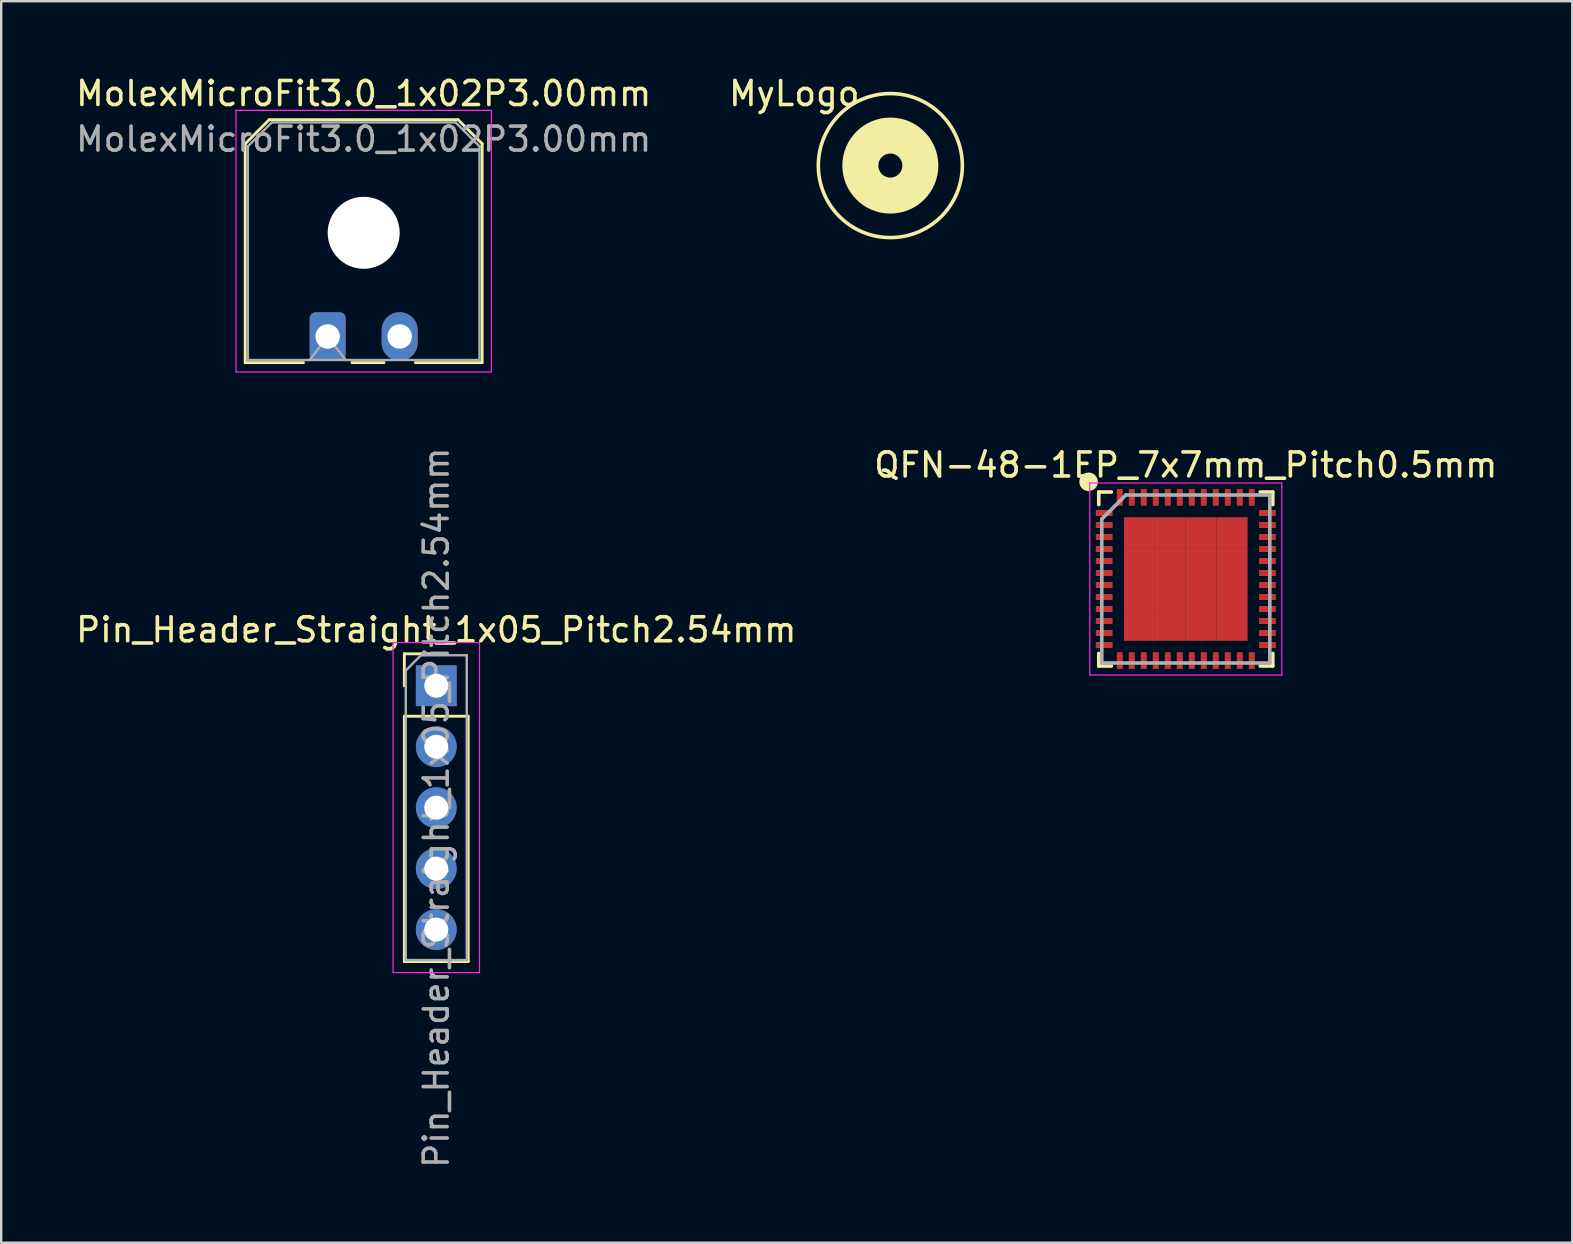
<source format=kicad_pcb>
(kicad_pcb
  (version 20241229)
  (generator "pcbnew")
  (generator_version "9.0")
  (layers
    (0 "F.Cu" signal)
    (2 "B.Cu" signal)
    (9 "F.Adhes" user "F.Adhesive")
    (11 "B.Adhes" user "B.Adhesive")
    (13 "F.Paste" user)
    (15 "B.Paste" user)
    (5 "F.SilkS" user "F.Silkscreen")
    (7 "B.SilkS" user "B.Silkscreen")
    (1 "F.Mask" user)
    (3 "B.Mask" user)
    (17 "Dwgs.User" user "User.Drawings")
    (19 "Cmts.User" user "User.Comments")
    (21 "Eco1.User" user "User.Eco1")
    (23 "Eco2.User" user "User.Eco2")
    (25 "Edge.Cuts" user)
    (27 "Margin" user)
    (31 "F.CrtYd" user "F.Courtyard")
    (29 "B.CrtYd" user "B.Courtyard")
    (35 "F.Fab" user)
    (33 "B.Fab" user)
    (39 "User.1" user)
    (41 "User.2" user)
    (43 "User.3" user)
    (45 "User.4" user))
  (footprint "QFN-48-1EP_7x7mm_Pitch0.5mm"
    (layer "F.Cu")
    (at 46.351 21.072)
    (property "Reference" "QFN-48-1EP_7x7mm_Pitch0.5mm" (at 0 -4.75 0) (layer "F.SilkS") (effects (font (size 1 1) (thickness 0.15))))
    (attr smd)
    (fp_line (start -3.625 -3.625) (end -3.1 -3.625) (stroke (width 0.15) (type solid)) (layer "F.SilkS"))
    (fp_line (start -3.625 -3.1) (end -3.625 -3.625) (stroke (width 0.15) (type solid)) (layer "F.SilkS"))
    (fp_line (start -3.625 3.625) (end -3.625 3.1) (stroke (width 0.15) (type solid)) (layer "F.SilkS"))
    (fp_line (start -3.625 3.625) (end -3.1 3.625) (stroke (width 0.15) (type solid)) (layer "F.SilkS"))
    (fp_line (start 3.625 -3.625) (end 3.1 -3.625) (stroke (width 0.15) (type solid)) (layer "F.SilkS"))
    (fp_line (start 3.625 -3.625) (end 3.625 -3.1) (stroke (width 0.15) (type solid)) (layer "F.SilkS"))
    (fp_line (start 3.625 3.625) (end 3.1 3.625) (stroke (width 0.15) (type solid)) (layer "F.SilkS"))
    (fp_line (start 3.625 3.625) (end 3.625 3.1) (stroke (width 0.15) (type solid)) (layer "F.SilkS"))
    (fp_circle (center -4.05 -4.05) (end -3.925 -3.9) (stroke (width 0.381) (type solid)) (fill no) (layer "F.SilkS"))
    (fp_line (start -4 -4) (end -4 4) (stroke (width 0.05) (type solid)) (layer "F.CrtYd"))
    (fp_line (start -4 -4) (end 4 -4) (stroke (width 0.05) (type solid)) (layer "F.CrtYd"))
    (fp_line (start -4 4) (end 4 4) (stroke (width 0.05) (type solid)) (layer "F.CrtYd"))
    (fp_line (start 4 -4) (end 4 4) (stroke (width 0.05) (type solid)) (layer "F.CrtYd"))
    (fp_line (start -3.5 -2.5) (end -2.5 -3.5) (stroke (width 0.15) (type solid)) (layer "F.Fab"))
    (fp_line (start -3.5 3.5) (end -3.5 -2.5) (stroke (width 0.15) (type solid)) (layer "F.Fab"))
    (fp_line (start -2.5 -3.5) (end 3.5 -3.5) (stroke (width 0.15) (type solid)) (layer "F.Fab"))
    (fp_line (start 3.5 -3.5) (end 3.5 3.5) (stroke (width 0.15) (type solid)) (layer "F.Fab"))
    (fp_line (start 3.5 3.5) (end -3.5 3.5) (stroke (width 0.15) (type solid)) (layer "F.Fab"))
    (pad "1" smd rect (at -3.4 -2.75) (size 0.7 0.25) (layers "F.Cu" "F.Mask" "F.Paste"))
    (pad "2" smd rect (at -3.4 -2.25) (size 0.7 0.25) (layers "F.Cu" "F.Mask" "F.Paste"))
    (pad "3" smd rect (at -3.4 -1.75) (size 0.7 0.25) (layers "F.Cu" "F.Mask" "F.Paste"))
    (pad "4" smd rect (at -3.4 -1.25) (size 0.7 0.25) (layers "F.Cu" "F.Mask" "F.Paste"))
    (pad "5" smd rect (at -3.4 -0.75) (size 0.7 0.25) (layers "F.Cu" "F.Mask" "F.Paste"))
    (pad "6" smd rect (at -3.4 -0.25) (size 0.7 0.25) (layers "F.Cu" "F.Mask" "F.Paste"))
    (pad "7" smd rect (at -3.4 0.25) (size 0.7 0.25) (layers "F.Cu" "F.Mask" "F.Paste"))
    (pad "8" smd rect (at -3.4 0.75) (size 0.7 0.25) (layers "F.Cu" "F.Mask" "F.Paste"))
    (pad "9" smd rect (at -3.4 1.25) (size 0.7 0.25) (layers "F.Cu" "F.Mask" "F.Paste"))
    (pad "10" smd rect (at -3.4 1.75) (size 0.7 0.25) (layers "F.Cu" "F.Mask" "F.Paste"))
    (pad "11" smd rect (at -3.4 2.25) (size 0.7 0.25) (layers "F.Cu" "F.Mask" "F.Paste"))
    (pad "12" smd rect (at -3.4 2.75) (size 0.7 0.25) (layers "F.Cu" "F.Mask" "F.Paste"))
    (pad "13" smd rect (at -2.75 3.4 90) (size 0.7 0.25) (layers "F.Cu" "F.Mask" "F.Paste"))
    (pad "14" smd rect (at -2.25 3.4 90) (size 0.7 0.25) (layers "F.Cu" "F.Mask" "F.Paste"))
    (pad "15" smd rect (at -1.75 3.4 90) (size 0.7 0.25) (layers "F.Cu" "F.Mask" "F.Paste"))
    (pad "16" smd rect (at -1.25 3.4 90) (size 0.7 0.25) (layers "F.Cu" "F.Mask" "F.Paste"))
    (pad "17" smd rect (at -0.75 3.4 90) (size 0.7 0.25) (layers "F.Cu" "F.Mask" "F.Paste"))
    (pad "18" smd rect (at -0.25 3.4 90) (size 0.7 0.25) (layers "F.Cu" "F.Mask" "F.Paste"))
    (pad "19" smd rect (at 0.25 3.4 90) (size 0.7 0.25) (layers "F.Cu" "F.Mask" "F.Paste"))
    (pad "20" smd rect (at 0.75 3.4 90) (size 0.7 0.25) (layers "F.Cu" "F.Mask" "F.Paste"))
    (pad "21" smd rect (at 1.25 3.4 90) (size 0.7 0.25) (layers "F.Cu" "F.Mask" "F.Paste"))
    (pad "22" smd rect (at 1.75 3.4 90) (size 0.7 0.25) (layers "F.Cu" "F.Mask" "F.Paste"))
    (pad "23" smd rect (at 2.25 3.4 90) (size 0.7 0.25) (layers "F.Cu" "F.Mask" "F.Paste"))
    (pad "24" smd rect (at 2.75 3.4 90) (size 0.7 0.25) (layers "F.Cu" "F.Mask" "F.Paste"))
    (pad "25" smd rect (at 3.4 2.75) (size 0.7 0.25) (layers "F.Cu" "F.Mask" "F.Paste"))
    (pad "26" smd rect (at 3.4 2.25) (size 0.7 0.25) (layers "F.Cu" "F.Mask" "F.Paste"))
    (pad "27" smd rect (at 3.4 1.75) (size 0.7 0.25) (layers "F.Cu" "F.Mask" "F.Paste"))
    (pad "28" smd rect (at 3.4 1.25) (size 0.7 0.25) (layers "F.Cu" "F.Mask" "F.Paste"))
    (pad "29" smd rect (at 3.4 0.75) (size 0.7 0.25) (layers "F.Cu" "F.Mask" "F.Paste"))
    (pad "30" smd rect (at 3.4 0.25) (size 0.7 0.25) (layers "F.Cu" "F.Mask" "F.Paste"))
    (pad "31" smd rect (at 3.4 -0.25) (size 0.7 0.25) (layers "F.Cu" "F.Mask" "F.Paste"))
    (pad "32" smd rect (at 3.4 -0.75) (size 0.7 0.25) (layers "F.Cu" "F.Mask" "F.Paste"))
    (pad "33" smd rect (at 3.4 -1.25) (size 0.7 0.25) (layers "F.Cu" "F.Mask" "F.Paste"))
    (pad "34" smd rect (at 3.4 -1.75) (size 0.7 0.25) (layers "F.Cu" "F.Mask" "F.Paste"))
    (pad "35" smd rect (at 3.4 -2.25) (size 0.7 0.25) (layers "F.Cu" "F.Mask" "F.Paste"))
    (pad "36" smd rect (at 3.4 -2.75) (size 0.7 0.25) (layers "F.Cu" "F.Mask" "F.Paste"))
    (pad "37" smd rect (at 2.75 -3.4 90) (size 0.7 0.25) (layers "F.Cu" "F.Mask" "F.Paste"))
    (pad "38" smd rect (at 2.25 -3.4 90) (size 0.7 0.25) (layers "F.Cu" "F.Mask" "F.Paste"))
    (pad "39" smd rect (at 1.75 -3.4 90) (size 0.7 0.25) (layers "F.Cu" "F.Mask" "F.Paste"))
    (pad "40" smd rect (at 1.25 -3.4 90) (size 0.7 0.25) (layers "F.Cu" "F.Mask" "F.Paste"))
    (pad "41" smd rect (at 0.75 -3.4 90) (size 0.7 0.25) (layers "F.Cu" "F.Mask" "F.Paste"))
    (pad "42" smd rect (at 0.25 -3.4 90) (size 0.7 0.25) (layers "F.Cu" "F.Mask" "F.Paste"))
    (pad "43" smd rect (at -0.25 -3.4 90) (size 0.7 0.25) (layers "F.Cu" "F.Mask" "F.Paste"))
    (pad "44" smd rect (at -0.75 -3.4 90) (size 0.7 0.25) (layers "F.Cu" "F.Mask" "F.Paste"))
    (pad "45" smd rect (at -1.25 -3.4 90) (size 0.7 0.25) (layers "F.Cu" "F.Mask" "F.Paste"))
    (pad "46" smd rect (at -1.75 -3.4 90) (size 0.7 0.25) (layers "F.Cu" "F.Mask" "F.Paste"))
    (pad "47" smd rect (at -2.25 -3.4 90) (size 0.7 0.25) (layers "F.Cu" "F.Mask" "F.Paste"))
    (pad "48" smd rect (at -2.75 -3.4 90) (size 0.7 0.25) (layers "F.Cu" "F.Mask" "F.Paste"))
    (pad "49" smd rect (at -1.931 -1.931) (size 1.288 1.288) (layers "F.Cu" "F.Mask" "F.Paste"))
    (pad "49" smd rect (at -1.931 -0.644) (size 1.288 1.288) (layers "F.Cu" "F.Mask" "F.Paste"))
    (pad "49" smd rect (at -1.931 0.644) (size 1.288 1.288) (layers "F.Cu" "F.Mask" "F.Paste"))
    (pad "49" smd rect (at -1.931 1.931) (size 1.288 1.288) (layers "F.Cu" "F.Mask" "F.Paste"))
    (pad "49" smd rect (at -0.644 -1.931) (size 1.288 1.288) (layers "F.Cu" "F.Mask" "F.Paste"))
    (pad "49" smd rect (at -0.644 -0.644) (size 1.288 1.288) (layers "F.Cu" "F.Mask" "F.Paste"))
    (pad "49" smd rect (at -0.644 0.644) (size 1.288 1.288) (layers "F.Cu" "F.Mask" "F.Paste"))
    (pad "49" smd rect (at -0.644 1.931) (size 1.288 1.288) (layers "F.Cu" "F.Mask" "F.Paste"))
    (pad "49" smd rect (at 0.644 -1.931) (size 1.288 1.288) (layers "F.Cu" "F.Mask" "F.Paste"))
    (pad "49" smd rect (at 0.644 -0.644) (size 1.288 1.288) (layers "F.Cu" "F.Mask" "F.Paste"))
    (pad "49" smd rect (at 0.644 0.644) (size 1.288 1.288) (layers "F.Cu" "F.Mask" "F.Paste"))
    (pad "49" smd rect (at 0.644 1.931) (size 1.288 1.288) (layers "F.Cu" "F.Mask" "F.Paste"))
    (pad "49" smd rect (at 1.931 -1.931) (size 1.288 1.288) (layers "F.Cu" "F.Mask" "F.Paste"))
    (pad "49" smd rect (at 1.931 -0.644) (size 1.288 1.288) (layers "F.Cu" "F.Mask" "F.Paste"))
    (pad "49" smd rect (at 1.931 0.644) (size 1.288 1.288) (layers "F.Cu" "F.Mask" "F.Paste"))
    (pad "49" smd rect (at 1.931 1.931) (size 1.288 1.288) (layers "F.Cu" "F.Mask" "F.Paste")))
  (footprint "Pin_Header_Straight_1x05_Pitch2.54mm"
    (layer "F.Cu")
    (at 15.125 25.518)
    (property "Reference" "Pin_Header_Straight_1x05_Pitch2.54mm" (at 0 -2.33 0) (layer "F.SilkS") (effects (font (size 1 1) (thickness 0.15))))
    (attr through_hole)
    (fp_line (start -1.33 -1.33) (end 0 -1.33) (stroke (width 0.12) (type solid)) (layer "F.SilkS"))
    (fp_line (start -1.33 0) (end -1.33 -1.33) (stroke (width 0.12) (type solid)) (layer "F.SilkS"))
    (fp_line (start -1.33 1.27) (end -1.33 11.49) (stroke (width 0.12) (type solid)) (layer "F.SilkS"))
    (fp_line (start -1.33 1.27) (end 1.33 1.27) (stroke (width 0.12) (type solid)) (layer "F.SilkS"))
    (fp_line (start -1.33 11.49) (end 1.33 11.49) (stroke (width 0.12) (type solid)) (layer "F.SilkS"))
    (fp_line (start 1.33 1.27) (end 1.33 11.49) (stroke (width 0.12) (type solid)) (layer "F.SilkS"))
    (fp_line (start -1.8 -1.8) (end -1.8 11.95) (stroke (width 0.05) (type solid)) (layer "F.CrtYd"))
    (fp_line (start -1.8 11.95) (end 1.8 11.95) (stroke (width 0.05) (type solid)) (layer "F.CrtYd"))
    (fp_line (start 1.8 -1.8) (end -1.8 -1.8) (stroke (width 0.05) (type solid)) (layer "F.CrtYd"))
    (fp_line (start 1.8 11.95) (end 1.8 -1.8) (stroke (width 0.05) (type solid)) (layer "F.CrtYd"))
    (fp_line (start -1.27 -0.635) (end -0.635 -1.27) (stroke (width 0.1) (type solid)) (layer "F.Fab"))
    (fp_line (start -1.27 11.43) (end -1.27 -0.635) (stroke (width 0.1) (type solid)) (layer "F.Fab"))
    (fp_line (start -0.635 -1.27) (end 1.27 -1.27) (stroke (width 0.1) (type solid)) (layer "F.Fab"))
    (fp_line (start 1.27 -1.27) (end 1.27 11.43) (stroke (width 0.1) (type solid)) (layer "F.Fab"))
    (fp_line (start 1.27 11.43) (end -1.27 11.43) (stroke (width 0.1) (type solid)) (layer "F.Fab"))
    (fp_text user "${REFERENCE}" (at 0 5.08 90) (layer "F.Fab") (effects (font (size 1 1) (thickness 0.15))))
    (pad "1" thru_hole rect (at 0 0) (size 1.7 1.7) (drill 1) (layers "*.Cu" "*.Mask"))
    (pad "2" thru_hole oval (at 0 2.54) (size 1.7 1.7) (drill 1) (layers "*.Cu" "*.Mask"))
    (pad "3" thru_hole oval (at 0 5.08) (size 1.7 1.7) (drill 1) (layers "*.Cu" "*.Mask"))
    (pad "4" thru_hole oval (at 0 7.62) (size 1.7 1.7) (drill 1) (layers "*.Cu" "*.Mask"))
    (pad "5" thru_hole oval (at 0 10.16) (size 1.7 1.7) (drill 1) (layers "*.Cu" "*.Mask")))
  (footprint "MolexMicroFit3.0_1x02P3.00mm"
    (layer "F.Cu")
    (at 10.601 10.968)
    (property "Reference" "MolexMicroFit3.0_1x02P3.00mm" (at 1.5 -10.12 0) (layer "F.SilkS") (effects (font (size 1 1) (thickness 0.15))))
    (attr through_hole)
    (fp_line (start -3.435 -8.03) (end -2.435 -9.03) (stroke (width 0.12) (type solid)) (layer "F.SilkS"))
    (fp_line (start -3.435 1.09) (end -3.435 -8.03) (stroke (width 0.12) (type solid)) (layer "F.SilkS"))
    (fp_line (start -3.435 1.09) (end -1.01 1.09) (stroke (width 0.12) (type solid)) (layer "F.SilkS"))
    (fp_line (start -2.435 -9.03) (end 5.435 -9.03) (stroke (width 0.12) (type solid)) (layer "F.SilkS"))
    (fp_line (start 1.01 1.09) (end 2.348 1.09) (stroke (width 0.12) (type solid)) (layer "F.SilkS"))
    (fp_line (start 5.435 -9.03) (end 6.435 -8.03) (stroke (width 0.12) (type solid)) (layer "F.SilkS"))
    (fp_line (start 6.435 -8.03) (end 6.435 1.09) (stroke (width 0.12) (type solid)) (layer "F.SilkS"))
    (fp_line (start 6.435 1.09) (end 3.652 1.09) (stroke (width 0.12) (type solid)) (layer "F.SilkS"))
    (fp_line (start -3.82 -9.42) (end 6.82 -9.42) (stroke (width 0.05) (type solid)) (layer "F.CrtYd"))
    (fp_line (start -3.82 1.48) (end -3.82 -9.42) (stroke (width 0.05) (type solid)) (layer "F.CrtYd"))
    (fp_line (start 6.82 -9.42) (end 6.82 1.48) (stroke (width 0.05) (type solid)) (layer "F.CrtYd"))
    (fp_line (start 6.82 1.48) (end -3.82 1.48) (stroke (width 0.05) (type solid)) (layer "F.CrtYd"))
    (fp_line (start -3.325 -7.92) (end -2.325 -8.92) (stroke (width 0.1) (type solid)) (layer "F.Fab"))
    (fp_line (start -3.325 0.98) (end -3.325 -7.92) (stroke (width 0.1) (type solid)) (layer "F.Fab"))
    (fp_line (start -2.325 -8.92) (end 5.325 -8.92) (stroke (width 0.1) (type solid)) (layer "F.Fab"))
    (fp_line (start -0.75 0.98) (end 0 0) (stroke (width 0.1) (type solid)) (layer "F.Fab"))
    (fp_line (start 0 0) (end 0.75 0.98) (stroke (width 0.1) (type solid)) (layer "F.Fab"))
    (fp_line (start 5.325 -8.92) (end 6.325 -7.92) (stroke (width 0.1) (type solid)) (layer "F.Fab"))
    (fp_line (start 6.325 -7.92) (end 6.325 0.98) (stroke (width 0.1) (type solid)) (layer "F.Fab"))
    (fp_line (start 6.325 0.98) (end -3.325 0.98) (stroke (width 0.1) (type solid)) (layer "F.Fab"))
    (fp_text user "${REFERENCE}" (at 1.5 -8.22 0) (layer "F.Fab") (effects (font (size 1 1) (thickness 0.15))))
    (pad "" np_thru_hole circle (at 1.5 -4.32) (size 3 3) (drill 3) (layers "*.Cu" "*.Mask"))
    (pad "1" thru_hole roundrect (at 0 0) (size 1.5 2.02) (drill 1.02) (layers "*.Cu" "*.Mask") (roundrect_rratio 0.167))
    (pad "2" thru_hole oval (at 3 0) (size 1.5 2.02) (drill 1.02) (layers "*.Cu" "*.Mask")))
  (footprint "MyLogo"
    (layer "F.Cu")
    (at 34.042 3.848)
    (property "Reference" "MyLogo" (at -4 -3 0) (layer "F.SilkS") (effects (font (size 1 1) (thickness 0.15))))
    (attr through_hole)
    (fp_circle (center 0 0) (end 0.5 0) (stroke (width 1.5) (type solid)) (fill no) (layer "F.SilkS"))
    (fp_circle (center 0 0) (end 3 0) (stroke (width 0.15) (type solid)) (fill no) (layer "F.SilkS")))
  (gr_rect
    (start -3 -3)
    (end 62.452 48.723)
    (stroke (width 0.1) (type default))
    (fill no)
    (layer "Edge.Cuts")))
</source>
